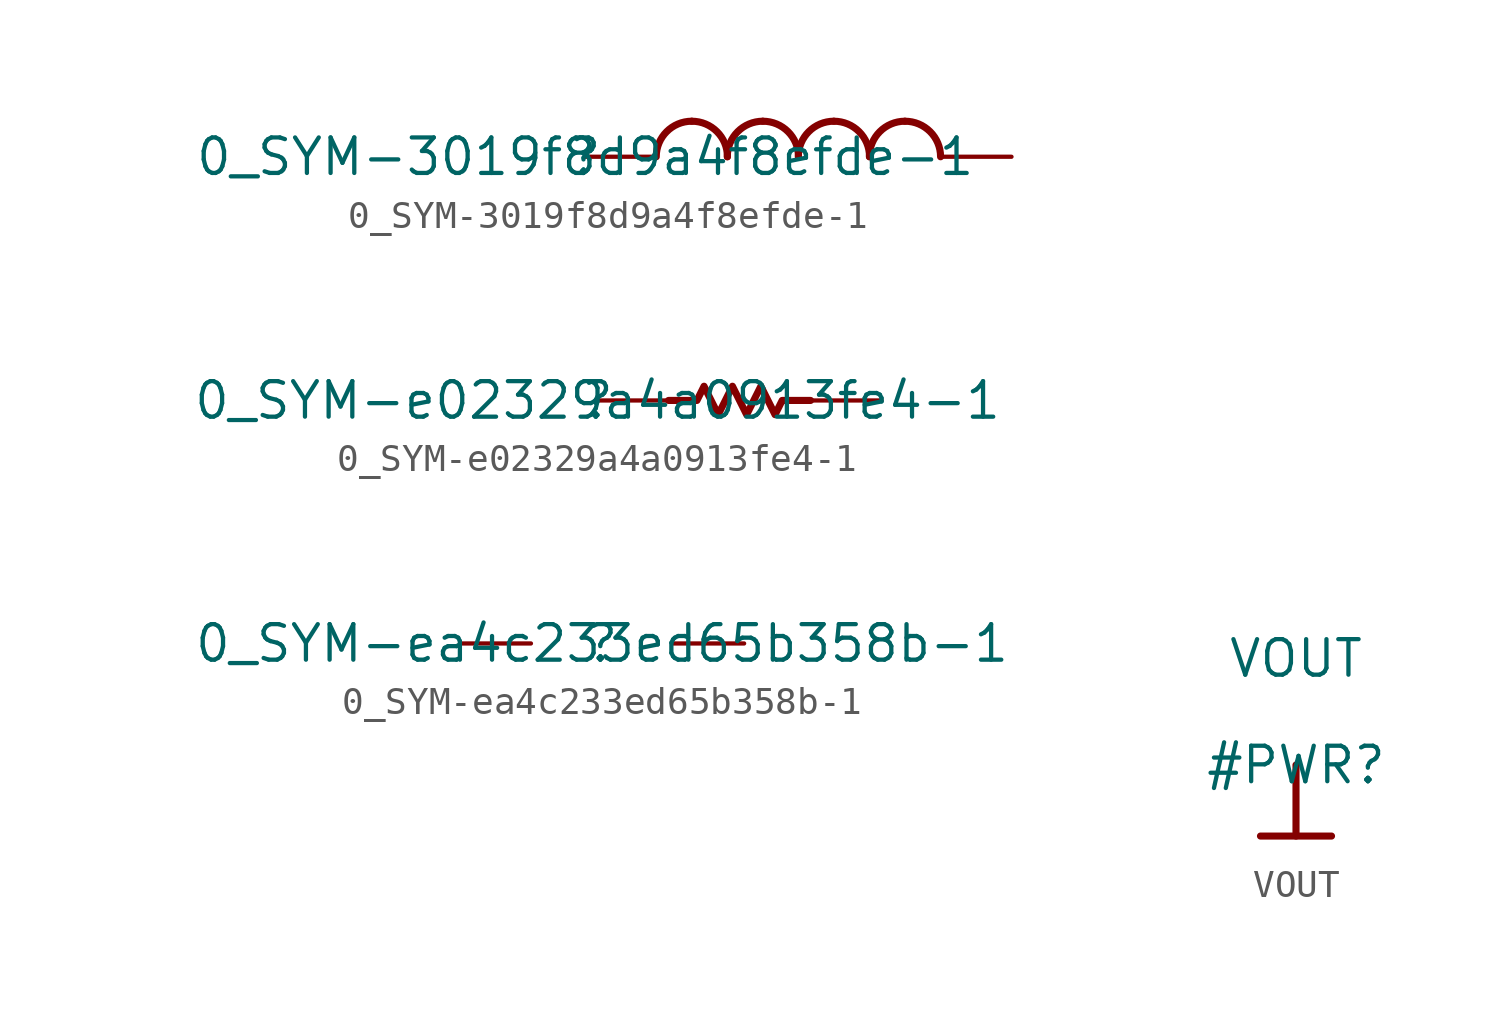
<source format=kicad_sym>
(kicad_symbol_lib
  (version 20211014)
  (generator kicad_symbol_editor)
  (symbol "0_SYM-3019f8d9a4f8efde-1"
    (property "Reference" ""
      (at 0 0 0)
      (effects (font (size 1.27 1.27))))
    (property "Value" "0_SYM-3019f8d9a4f8efde-1"
      (at 0 0 0)
      (effects (font (size 1.27 1.27))))
    (symbol "0_SYM-3019f8d9a4f8efde-1_1_0"
      (arc (start 3.81 1.27) (mid 2.912 0.898) (end 2.54 0) (stroke (width 0.254) (type default) (color 0 0 0 0)) (fill (type none)))
      (arc (start 5.08 0) (mid 4.708 0.898) (end 3.81 1.27) (stroke (width 0.254) (type default) (color 0 0 0 0)) (fill (type none)))
      (arc (start 6.35 1.27) (mid 5.452 0.898) (end 5.08 0) (stroke (width 0.254) (type default) (color 0 0 0 0)) (fill (type none)))
      (arc (start 7.62 0) (mid 7.248 0.898) (end 6.35 1.27) (stroke (width 0.254) (type default) (color 0 0 0 0)) (fill (type none)))
      (arc (start 8.89 1.27) (mid 7.992 0.898) (end 7.62 0) (stroke (width 0.254) (type default) (color 0 0 0 0)) (fill (type none)))
      (arc (start 10.16 0) (mid 9.788 0.898) (end 8.89 1.27) (stroke (width 0.254) (type default) (color 0 0 0 0)) (fill (type none)))
      (arc (start 11.43 1.27) (mid 10.532 0.898) (end 10.16 0) (stroke (width 0.254) (type default) (color 0 0 0 0)) (fill (type none)))
      (arc (start 12.7 0) (mid 12.328 0.898) (end 11.43 1.27) (stroke (width 0.254) (type default) (color 0 0 0 0)) (fill (type none)))
      (pin passive line (at 0 0 0) (length 2.54) (name "1" (effects (font (size 0 0)))) (number "1" (effects (font (size 0 0)))))
      (pin passive line (at 15.24 0 180) (length 2.54) (name "2" (effects (font (size 0 0)))) (number "2" (effects (font (size 0 0)))))))
  (symbol "0_SYM-e02329a4a0913fe4-1"
    (property "Reference" ""
      (at 0 0 0)
      (effects (font (size 1.27 1.27))))
    (property "Value" "0_SYM-e02329a4a0913fe4-1"
      (at 0 0 0)
      (effects (font (size 1.27 1.27))))
    (symbol "0_SYM-e02329a4a0913fe4-1_1_0"
      (polyline (pts (xy 7.62 0) (xy 6.604 0) (xy 6.35 -0.508) (xy 5.842 0.508) (xy 5.334 -0.508) (xy 4.826 0.508) (xy 4.318 -0.508) (xy 3.81 0.508) (xy 3.556 0) (xy 2.54 0)) (stroke (width 0.254) (type default) (color 0 0 0 0)) (fill (type none)))
      (pin passive line (at 0 0 0) (length 2.54) (name "1" (effects (font (size 0 0)))) (number "1" (effects (font (size 0 0)))))
      (pin passive line (at 10.16 0 180) (length 2.54) (name "2" (effects (font (size 0 0)))) (number "2" (effects (font (size 0 0)))))))
  (symbol "0_SYM-ea4c233ed65b358b-1"
    (property "Reference" ""
      (at 0 0 0)
      (effects (font (size 1.27 1.27))))
    (property "Value" "0_SYM-ea4c233ed65b358b-1"
      (at 0 0 0)
      (effects (font (size 1.27 1.27))))
    (symbol "0_SYM-ea4c233ed65b358b-1_1_0"
      (pin passive line (at -5.08 0 0) (length 2.54) (name "1" (effects (font (size 0 0)))) (number "1" (effects (font (size 0 0)))))
      (pin passive line (at 5.08 0 180) (length 2.54) (name "2" (effects (font (size 0 0)))) (number "2" (effects (font (size 0 0)))))))
  (symbol "VOUT"
    (power)
    (property "Reference" "#PWR"
      (at 0 0 0)
      (effects (font (size 1.27 1.27))))
    (property "Value" "VOUT"
      (at 0 3.81 0)
      (effects (font (size 1.27 1.27))))
    (symbol "VOUT_0_0"
      (polyline (pts (xy -1.27 -2.54) (xy 1.27 -2.54)) (stroke (width 0.254) (type default) (color 0 0 0 0)) (fill (type none)))
      (polyline (pts (xy 0 0) (xy 0 -2.54)) (stroke (width 0.254) (type default) (color 0 0 0 0)) (fill (type none)))
      (pin power_in line (at 0 0 0) (length 0) hide (name "VOUT" (effects (font (size 1.27 1.27)))) (number "" (effects (font (size 1.27 1.27))))))))
</source>
